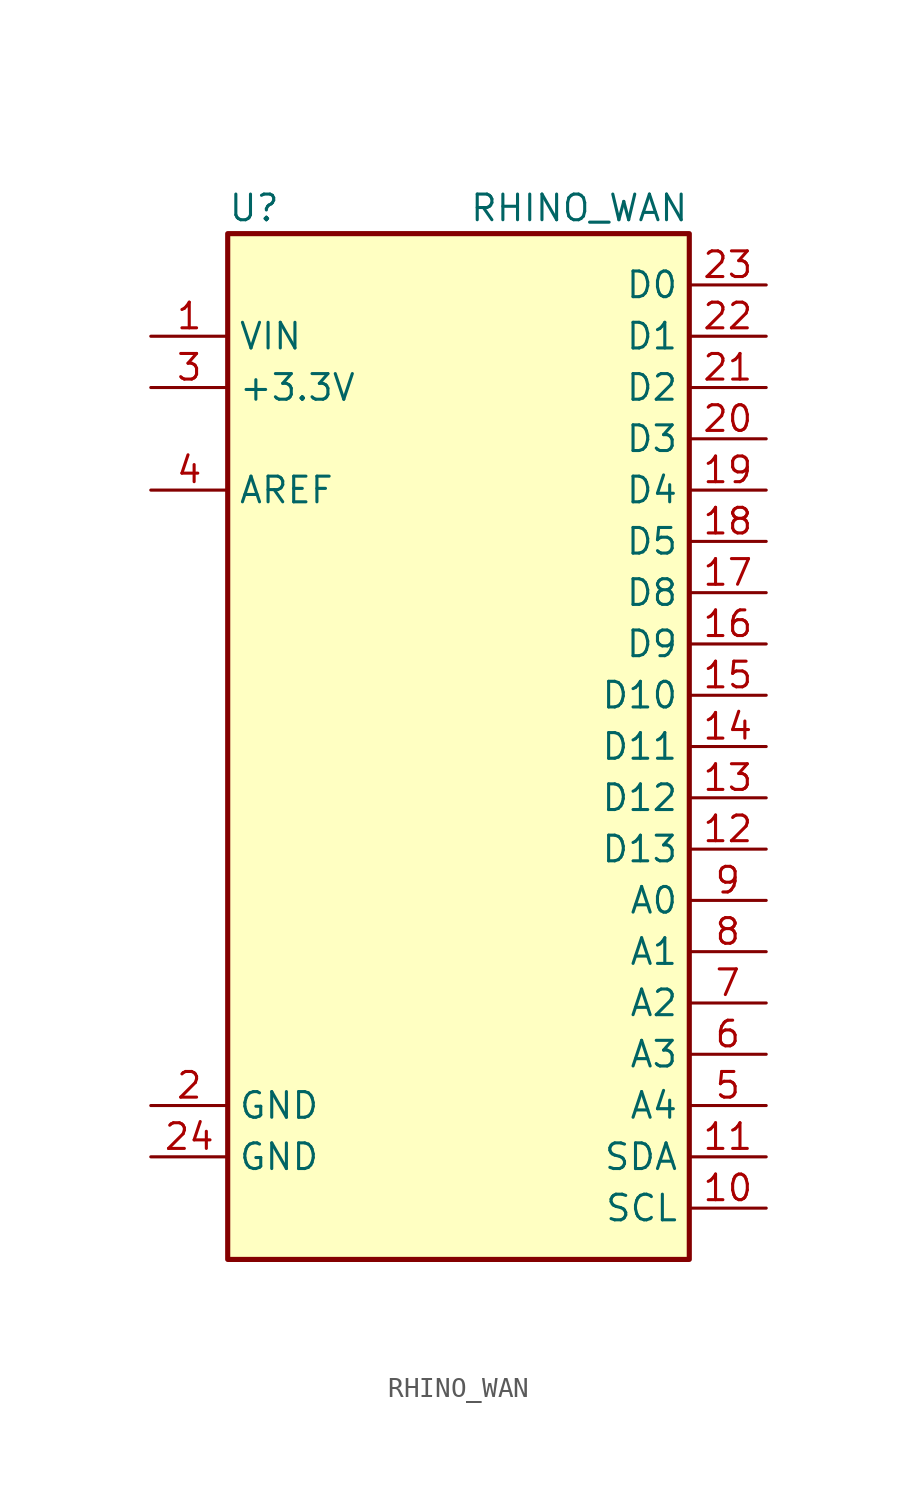
<source format=kicad_sym>
(kicad_symbol_lib
  (version 20211014)
  (generator kicad_symbol_editor)
  (symbol "RHINO_WAN"
    (property "Reference" "U"
      (at -11.43 26.67 0)
      (effects (font (size 1.27 1.27)) (justify left)))
    (property "Value" "RHINO_WAN"
      (at 11.43 26.67 0)
      (effects (font (size 1.27 1.27)) (justify right)))
    (symbol "RHINO_WAN_0_1"
      (rectangle (start -11.43 25.4) (end 11.43 -25.4) (stroke (width 0.254) (type default) (color 0 0 0 0)) (fill (type background))))
    (symbol "RHINO_WAN_1_1"
      (pin power_in line (at -15.24 20.32 0) (length 3.81) (name "VIN" (effects (font (size 1.27 1.27)))) (number "1" (effects (font (size 1.27 1.27)))))
      (pin bidirectional line (at 15.24 -22.86 180) (length 3.81) (name "SCL" (effects (font (size 1.27 1.27)))) (number "10" (effects (font (size 1.27 1.27)))))
      (pin bidirectional line (at 15.24 -20.32 180) (length 3.81) (name "SDA" (effects (font (size 1.27 1.27)))) (number "11" (effects (font (size 1.27 1.27)))))
      (pin bidirectional line (at 15.24 -5.08 180) (length 3.81) (name "D13" (effects (font (size 1.27 1.27)))) (number "12" (effects (font (size 1.27 1.27)))))
      (pin bidirectional line (at 15.24 -2.54 180) (length 3.81) (name "D12" (effects (font (size 1.27 1.27)))) (number "13" (effects (font (size 1.27 1.27)))))
      (pin bidirectional line (at 15.24 0 180) (length 3.81) (name "D11" (effects (font (size 1.27 1.27)))) (number "14" (effects (font (size 1.27 1.27)))))
      (pin bidirectional line (at 15.24 2.54 180) (length 3.81) (name "D10" (effects (font (size 1.27 1.27)))) (number "15" (effects (font (size 1.27 1.27)))))
      (pin bidirectional line (at 15.24 5.08 180) (length 3.81) (name "D9" (effects (font (size 1.27 1.27)))) (number "16" (effects (font (size 1.27 1.27)))))
      (pin bidirectional line (at 15.24 7.62 180) (length 3.81) (name "D8" (effects (font (size 1.27 1.27)))) (number "17" (effects (font (size 1.27 1.27)))))
      (pin bidirectional line (at 15.24 10.16 180) (length 3.81) (name "D5" (effects (font (size 1.27 1.27)))) (number "18" (effects (font (size 1.27 1.27)))))
      (pin bidirectional line (at 15.24 12.7 180) (length 3.81) (name "D4" (effects (font (size 1.27 1.27)))) (number "19" (effects (font (size 1.27 1.27)))))
      (pin power_in line (at -15.24 -17.78 0) (length 3.81) (name "GND" (effects (font (size 1.27 1.27)))) (number "2" (effects (font (size 1.27 1.27)))))
      (pin bidirectional line (at 15.24 15.24 180) (length 3.81) (name "D3" (effects (font (size 1.27 1.27)))) (number "20" (effects (font (size 1.27 1.27)))))
      (pin bidirectional line (at 15.24 17.78 180) (length 3.81) (name "D2" (effects (font (size 1.27 1.27)))) (number "21" (effects (font (size 1.27 1.27)))))
      (pin bidirectional line (at 15.24 20.32 180) (length 3.81) (name "D1" (effects (font (size 1.27 1.27)))) (number "22" (effects (font (size 1.27 1.27)))))
      (pin bidirectional line (at 15.24 22.86 180) (length 3.81) (name "D0" (effects (font (size 1.27 1.27)))) (number "23" (effects (font (size 1.27 1.27)))))
      (pin power_in line (at -15.24 -20.32 0) (length 3.81) (name "GND" (effects (font (size 1.27 1.27)))) (number "24" (effects (font (size 1.27 1.27)))))
      (pin power_in line (at -15.24 17.78 0) (length 3.81) (name "+3.3V" (effects (font (size 1.27 1.27)))) (number "3" (effects (font (size 1.27 1.27)))))
      (pin input line (at -15.24 12.7 0) (length 3.81) (name "AREF" (effects (font (size 1.27 1.27)))) (number "4" (effects (font (size 1.27 1.27)))))
      (pin bidirectional line (at 15.24 -17.78 180) (length 3.81) (name "A4" (effects (font (size 1.27 1.27)))) (number "5" (effects (font (size 1.27 1.27)))))
      (pin bidirectional line (at 15.24 -15.24 180) (length 3.81) (name "A3" (effects (font (size 1.27 1.27)))) (number "6" (effects (font (size 1.27 1.27)))))
      (pin bidirectional line (at 15.24 -12.7 180) (length 3.81) (name "A2" (effects (font (size 1.27 1.27)))) (number "7" (effects (font (size 1.27 1.27)))))
      (pin bidirectional line (at 15.24 -10.16 180) (length 3.81) (name "A1" (effects (font (size 1.27 1.27)))) (number "8" (effects (font (size 1.27 1.27)))))
      (pin bidirectional line (at 15.24 -7.62 180) (length 3.81) (name "A0" (effects (font (size 1.27 1.27)))) (number "9" (effects (font (size 1.27 1.27))))))))
</source>
